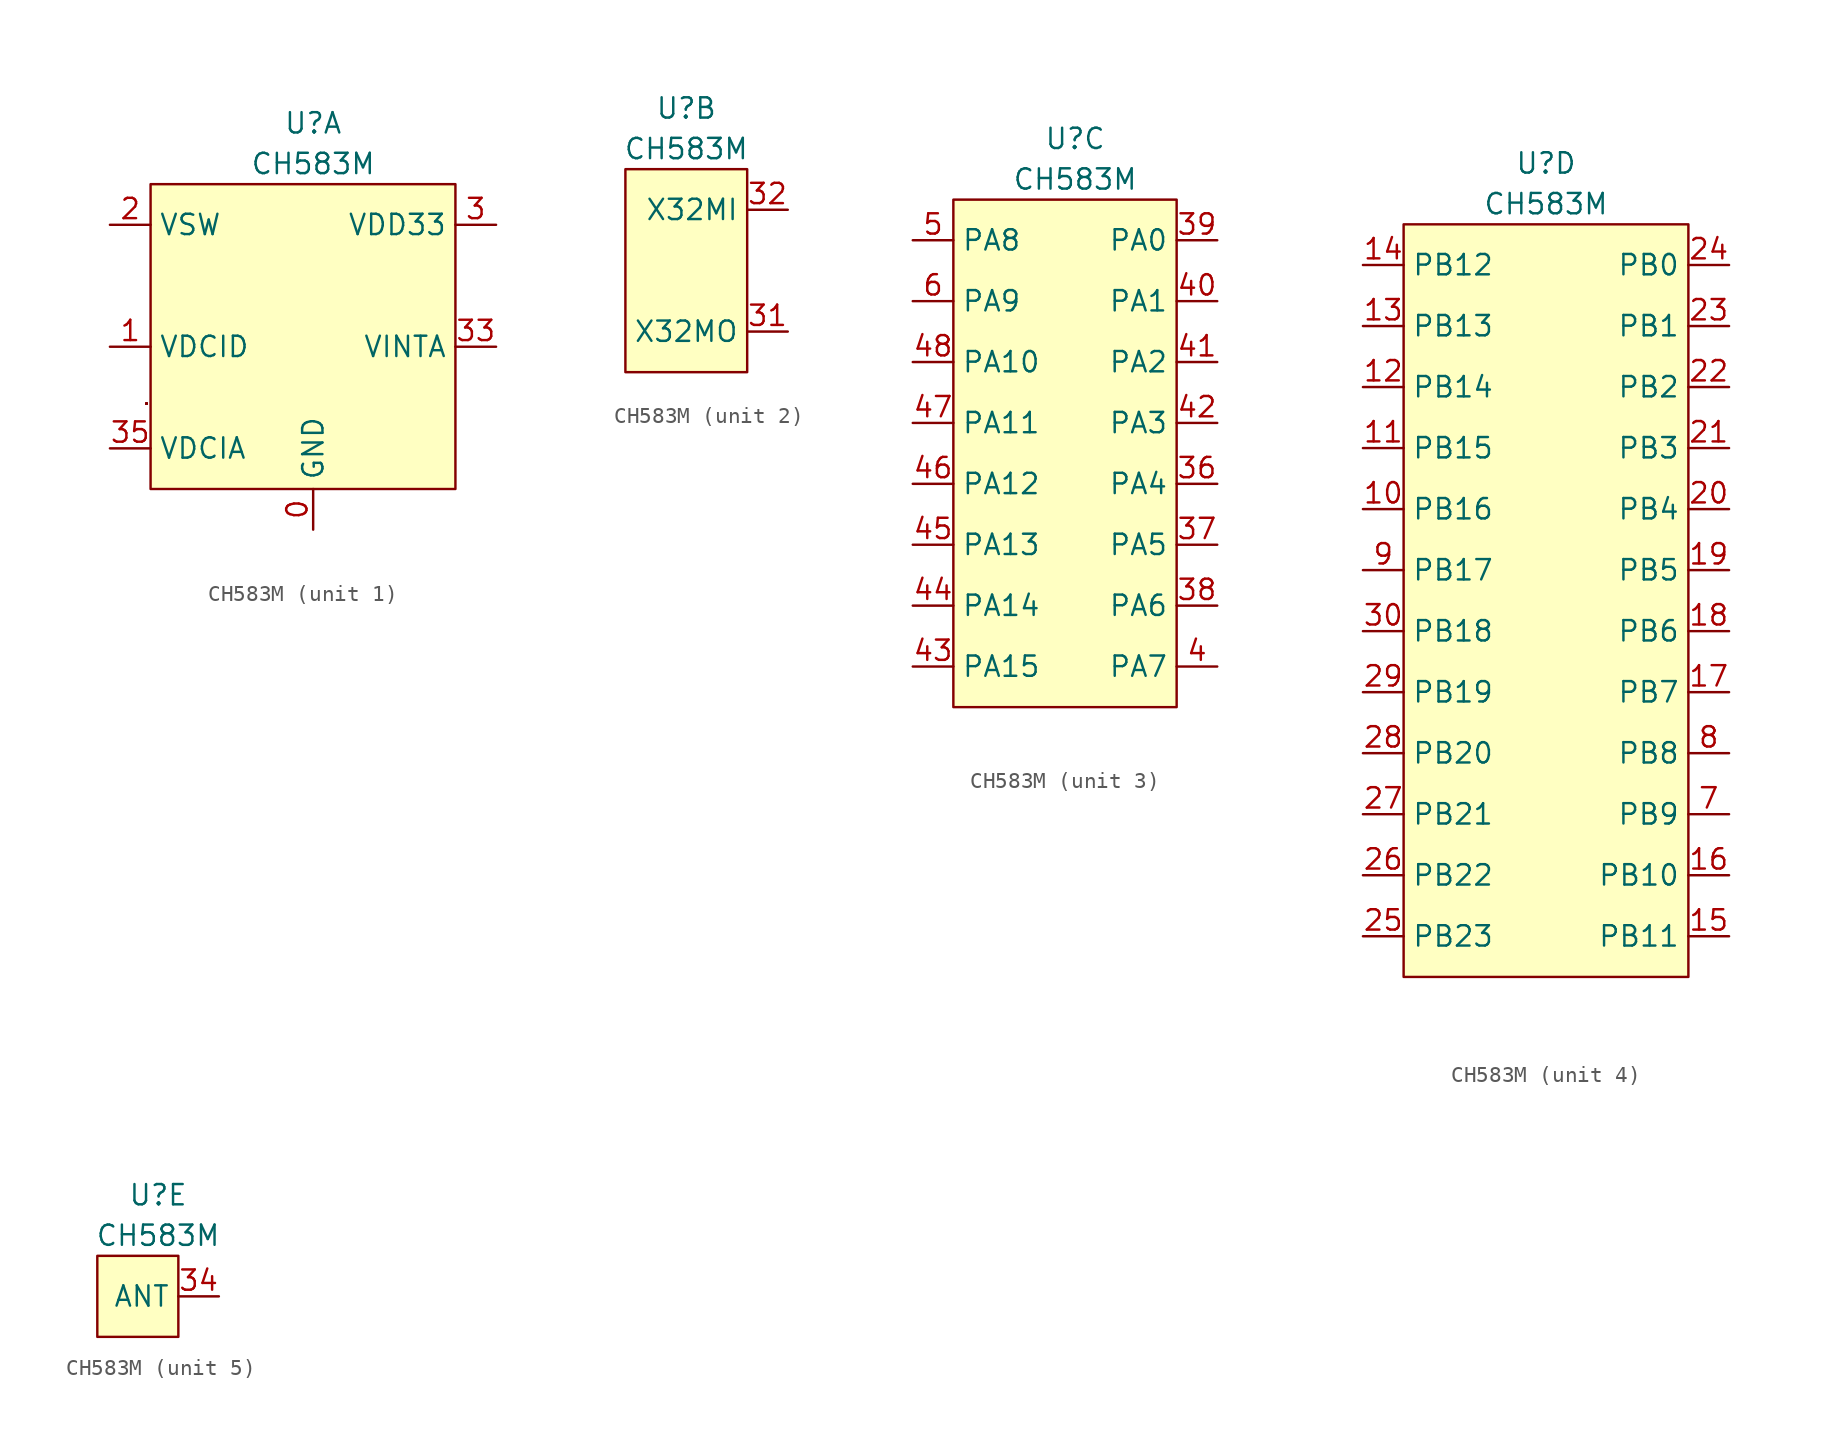
<source format=kicad_sym>
(kicad_symbol_lib
  (version 20211014)
  (generator kicad_symbol_editor)
  (symbol "CH583M"
    (property "Reference" "U"
      (at 0 3.81 0)
      (effects (font (size 1.27 1.27))))
    (property "Value" "CH583M"
      (at 0 1.27 0)
      (effects (font (size 1.27 1.27))))
    (property "ki_locked" ""
      (at 0 0 0)
      (effects (font (size 1.27 1.27))))
    (symbol "CH583M_1_1"
      (rectangle (start -10.414 -13.716) (end -10.414 -13.716) (stroke (width 0) (type default) (color 0 0 0 0)) (fill (type none)))
      (rectangle (start -10.414 -13.716) (end -10.414 -13.716) (stroke (width 0) (type default) (color 0 0 0 0)) (fill (type none)))
      (rectangle (start -10.414 -13.716) (end -10.414 -13.716) (stroke (width 0) (type default) (color 0 0 0 0)) (fill (type none)))
      (rectangle (start -10.414 -13.716) (end -10.414 -13.716) (stroke (width 0) (type default) (color 0 0 0 0)) (fill (type none)))
      (rectangle (start -10.414 -13.716) (end -10.414 -13.716) (stroke (width 0) (type default) (color 0 0 0 0)) (fill (type none)))
      (rectangle (start -10.414 -13.716) (end -10.414 -13.716) (stroke (width 0) (type default) (color 0 0 0 0)) (fill (type none)))
      (rectangle (start -10.414 -13.716) (end -10.414 -13.716) (stroke (width 0) (type default) (color 0 0 0 0)) (fill (type none)))
      (rectangle (start -10.414 -13.716) (end -10.414 -13.716) (stroke (width 0) (type default) (color 0 0 0 0)) (fill (type none)))
      (rectangle (start -10.414 -13.716) (end -10.414 -13.716) (stroke (width 0) (type default) (color 0 0 0 0)) (fill (type none)))
      (rectangle (start -10.414 -13.716) (end -10.414 -13.716) (stroke (width 0) (type default) (color 0 0 0 0)) (fill (type none)))
      (rectangle (start -10.414 -13.716) (end -10.414 -13.716) (stroke (width 0) (type default) (color 0 0 0 0)) (fill (type none)))
      (rectangle (start -10.414 -13.716) (end -10.414 -13.716) (stroke (width 0) (type default) (color 0 0 0 0)) (fill (type none)))
      (rectangle (start -10.414 -13.716) (end -10.414 -13.716) (stroke (width 0) (type default) (color 0 0 0 0)) (fill (type none)))
      (rectangle (start -10.414 -13.716) (end -10.414 -13.716) (stroke (width 0) (type default) (color 0 0 0 0)) (fill (type none)))
      (rectangle (start -10.414 -13.716) (end -10.414 -13.716) (stroke (width 0) (type default) (color 0 0 0 0)) (fill (type none)))
      (rectangle (start -10.414 -13.716) (end -10.414 -13.716) (stroke (width 0) (type default) (color 0 0 0 0)) (fill (type none)))
      (rectangle (start -10.414 -13.716) (end -10.414 -13.716) (stroke (width 0) (type default) (color 0 0 0 0)) (fill (type none)))
      (arc (start -10.414 -13.716) (mid -10.414 -13.716) (end -10.414 -13.716) (stroke (width 0) (type default) (color 0 0 0 0)) (fill (type none)))
      (arc (start -10.414 -13.716) (mid -10.414 -13.716) (end -10.414 -13.716) (stroke (width 0) (type default) (color 0 0 0 0)) (fill (type none)))
      (rectangle (start -10.16 0) (end 8.89 -19.05) (stroke (width 0) (type default) (color 0 0 0 0)) (fill (type background)))
      (pin power_in line (at 0 -21.59 90) (length 2.54) (name "GND" (effects (font (size 1.27 1.27)))) (number "0" (effects (font (size 1.27 1.27)))))
      (pin power_in line (at -12.7 -10.16 0) (length 2.54) (name "VDCID" (effects (font (size 1.27 1.27)))) (number "1" (effects (font (size 1.27 1.27)))))
      (pin power_out line (at -12.7 -2.54 0) (length 2.54) (name "VSW" (effects (font (size 1.27 1.27)))) (number "2" (effects (font (size 1.27 1.27)))))
      (pin power_in line (at 11.43 -2.54 180) (length 2.54) (name "VDD33" (effects (font (size 1.27 1.27)))) (number "3" (effects (font (size 1.27 1.27)))) (alternate "VBAT" input line) (alternate "VIO33" input line))
      (pin power_in line (at 11.43 -10.16 180) (length 2.54) (name "VINTA" (effects (font (size 1.27 1.27)))) (number "33" (effects (font (size 1.27 1.27)))))
      (pin power_in line (at -12.7 -16.51 0) (length 2.54) (name "VDCIA" (effects (font (size 1.27 1.27)))) (number "35" (effects (font (size 1.27 1.27))))))
    (symbol "CH583M_2_1"
      (rectangle (start -3.81 0) (end 3.81 -12.7) (stroke (width 0) (type default) (color 0 0 0 0)) (fill (type background)))
      (pin output line (at 6.35 -10.16 180) (length 2.54) (name "X32MO" (effects (font (size 1.27 1.27)))) (number "31" (effects (font (size 1.27 1.27)))))
      (pin input line (at 6.35 -2.54 180) (length 2.54) (name "X32MI" (effects (font (size 1.27 1.27)))) (number "32" (effects (font (size 1.27 1.27))))))
    (symbol "CH583M_3_1"
      (rectangle (start 6.35 0) (end -7.62 -31.75) (stroke (width 0) (type default) (color 0 0 0 0)) (fill (type background)))
      (pin bidirectional line (at 8.89 -17.78 180) (length 2.54) (name "PA4" (effects (font (size 1.27 1.27)))) (number "36" (effects (font (size 1.27 1.27)))) (alternate "AIN0" input line) (alternate "RXD3" input line))
      (pin bidirectional line (at 8.89 -21.59 180) (length 2.54) (name "PA5" (effects (font (size 1.27 1.27)))) (number "37" (effects (font (size 1.27 1.27)))) (alternate "AIN1" output line) (alternate "TXD3" output line))
      (pin bidirectional line (at 8.89 -25.4 180) (length 2.54) (name "PA6" (effects (font (size 1.27 1.27)))) (number "38" (effects (font (size 1.27 1.27)))) (alternate "AIN10" input line) (alternate "PWM4" output line) (alternate "RXD2" input line))
      (pin bidirectional line (at 8.89 -2.54 180) (length 2.54) (name "PA0" (effects (font (size 1.27 1.27)))) (number "39" (effects (font (size 1.27 1.27)))) (alternate "AIN9" input line) (alternate "SCK1" output clock))
      (pin bidirectional line (at 8.89 -29.21 180) (length 2.54) (name "PA7" (effects (font (size 1.27 1.27)))) (number "4" (effects (font (size 1.27 1.27)))) (alternate "AIN11" input line) (alternate "PWM5" output line) (alternate "TXD2" output line))
      (pin bidirectional line (at 8.89 -6.35 180) (length 2.54) (name "PA1" (effects (font (size 1.27 1.27)))) (number "40" (effects (font (size 1.27 1.27)))) (alternate "AIN8" input line) (alternate "SDO1" output line))
      (pin bidirectional line (at 8.89 -10.16 180) (length 2.54) (name "PA2" (effects (font (size 1.27 1.27)))) (number "41" (effects (font (size 1.27 1.27)))) (alternate "AIN7" input line) (alternate "SDI1" input line) (alternate "TMR3" bidirectional line))
      (pin bidirectional line (at 8.89 -13.97 180) (length 2.54) (name "PA3" (effects (font (size 1.27 1.27)))) (number "42" (effects (font (size 1.27 1.27)))) (alternate "AIN6" input line))
      (pin bidirectional line (at -10.16 -29.21 0) (length 2.54) (name "PA15" (effects (font (size 1.27 1.27)))) (number "43" (effects (font (size 1.27 1.27)))) (alternate "AIN5" input line) (alternate "CSDI0" bidirectional line) (alternate "PSDO0" output line))
      (pin bidirectional line (at -10.16 -25.4 0) (length 2.54) (name "PA14" (effects (font (size 1.27 1.27)))) (number "44" (effects (font (size 1.27 1.27)))) (alternate "AIN4" input line) (alternate "CSDO0" output line) (alternate "PSDI0" input line))
      (pin bidirectional line (at -10.16 -21.59 0) (length 2.54) (name "PA13" (effects (font (size 1.27 1.27)))) (number "45" (effects (font (size 1.27 1.27)))) (alternate "AIN4" input line) (alternate "PWM5" output line) (alternate "SCK0" bidirectional clock))
      (pin bidirectional line (at -10.16 -17.78 0) (length 2.54) (name "PA12" (effects (font (size 1.27 1.27)))) (number "46" (effects (font (size 1.27 1.27)))) (alternate "AIN2" input line) (alternate "CSN0" input line) (alternate "PWM4" output line))
      (pin bidirectional line (at -10.16 -13.97 0) (length 2.54) (name "PA11" (effects (font (size 1.27 1.27)))) (number "47" (effects (font (size 1.27 1.27)))) (alternate "TMR2" bidirectional line) (alternate "X32KO" output inverted_clock))
      (pin bidirectional line (at -10.16 -10.16 0) (length 2.54) (name "PA10" (effects (font (size 1.27 1.27)))) (number "48" (effects (font (size 1.27 1.27)))) (alternate "TMR1" bidirectional line) (alternate "X32KI" input inverted_clock))
      (pin bidirectional line (at -10.16 -2.54 0) (length 2.54) (name "PA8" (effects (font (size 1.27 1.27)))) (number "5" (effects (font (size 1.27 1.27)))) (alternate "AIN12" input line) (alternate "RXD1" input line))
      (pin bidirectional line (at -10.16 -6.35 0) (length 2.54) (name "PA9" (effects (font (size 1.27 1.27)))) (number "6" (effects (font (size 1.27 1.27)))) (alternate "AIN13" input line) (alternate "TMR0" bidirectional line) (alternate "TXD1" output line)))
    (symbol "CH583M_4_1"
      (rectangle (start -8.89 0) (end 8.89 -46.99) (stroke (width 0) (type default) (color 0 0 0 0)) (fill (type background)))
      (pin bidirectional line (at -11.43 -17.78 0) (length 2.54) (name "PB16" (effects (font (size 1.27 1.27)))) (number "10" (effects (font (size 1.27 1.27)))))
      (pin bidirectional line (at -11.43 -13.97 0) (length 2.54) (name "PB15" (effects (font (size 1.27 1.27)))) (number "11" (effects (font (size 1.27 1.27)))) (alternate "CSDI0" input line) (alternate "DTR0" bidirectional line) (alternate "PSDO0" output line) (alternate "SWCLK" input line))
      (pin bidirectional line (at -11.43 -10.16 0) (length 2.54) (name "PB14" (effects (font (size 1.27 1.27)))) (number "12" (effects (font (size 1.27 1.27)))) (alternate "CSDO0" output line) (alternate "PSDI0" input line) (alternate "PWM10" output line) (alternate "SWDIO" bidirectional line))
      (pin bidirectional line (at -11.43 -6.35 0) (length 2.54) (name "PB13" (effects (font (size 1.27 1.27)))) (number "13" (effects (font (size 1.27 1.27)))) (alternate "SCK0" bidirectional clock) (alternate "SCL" bidirectional clock) (alternate "TXD1" output line) (alternate "U2D_P" bidirectional line))
      (pin bidirectional line (at -11.43 -2.54 0) (length 2.54) (name "PB12" (effects (font (size 1.27 1.27)))) (number "14" (effects (font (size 1.27 1.27)))) (alternate "CSN0" input line) (alternate "RXD1" input line) (alternate "SDA" bidirectional line) (alternate "U2D_N" bidirectional line))
      (pin bidirectional line (at 11.43 -44.45 180) (length 2.54) (name "PB11" (effects (font (size 1.27 1.27)))) (number "15" (effects (font (size 1.27 1.27)))) (alternate "TMR2" bidirectional line) (alternate "U1D_P" bidirectional line))
      (pin bidirectional line (at 11.43 -40.64 180) (length 2.54) (name "PB10" (effects (font (size 1.27 1.27)))) (number "16" (effects (font (size 1.27 1.27)))) (alternate "TMR1" bidirectional line) (alternate "U1D_N" bidirectional line))
      (pin bidirectional line (at 11.43 -29.21 180) (length 2.54) (name "PB7" (effects (font (size 1.27 1.27)))) (number "17" (effects (font (size 1.27 1.27)))) (alternate "PWM9" output line) (alternate "TXD0" input line))
      (pin bidirectional line (at 11.43 -25.4 180) (length 2.54) (name "PB6" (effects (font (size 1.27 1.27)))) (number "18" (effects (font (size 1.27 1.27)))) (alternate "PWM8" output line) (alternate "RTS0" bidirectional line))
      (pin bidirectional line (at 11.43 -21.59 180) (length 2.54) (name "PB5" (effects (font (size 1.27 1.27)))) (number "19" (effects (font (size 1.27 1.27)))) (alternate "DTR0" bidirectional line))
      (pin bidirectional line (at 11.43 -17.78 180) (length 2.54) (name "PB4" (effects (font (size 1.27 1.27)))) (number "20" (effects (font (size 1.27 1.27)))) (alternate "PWM7" output line) (alternate "RXD0" output line))
      (pin bidirectional line (at 11.43 -13.97 180) (length 2.54) (name "PB3" (effects (font (size 1.27 1.27)))) (number "21" (effects (font (size 1.27 1.27)))) (alternate "DCD0" bidirectional line) (alternate "PWM9" output line))
      (pin bidirectional line (at 11.43 -10.16 180) (length 2.54) (name "PB2" (effects (font (size 1.27 1.27)))) (number "22" (effects (font (size 1.27 1.27)))) (alternate "PWM8" output line) (alternate "RI0" bidirectional line))
      (pin bidirectional line (at 11.43 -6.35 180) (length 2.54) (name "PB1" (effects (font (size 1.27 1.27)))) (number "23" (effects (font (size 1.27 1.27)))) (alternate "PWM8" bidirectional line) (alternate "RI0" bidirectional line))
      (pin bidirectional line (at 11.43 -2.54 180) (length 2.54) (name "PB0" (effects (font (size 1.27 1.27)))) (number "24" (effects (font (size 1.27 1.27)))) (alternate "CTS0" bidirectional line) (alternate "PWM6" output line))
      (pin bidirectional line (at -11.43 -44.45 0) (length 2.54) (name "PB23" (effects (font (size 1.27 1.27)))) (number "25" (effects (font (size 1.27 1.27)))) (alternate "PWM11" output line) (alternate "RST_N" input inverted) (alternate "TMR0" bidirectional line) (alternate "TXD2" output line))
      (pin bidirectional line (at -11.43 -40.64 0) (length 2.54) (name "PB22" (effects (font (size 1.27 1.27)))) (number "26" (effects (font (size 1.27 1.27)))) (alternate "RXD2" input line) (alternate "TMR3" bidirectional line))
      (pin bidirectional line (at -11.43 -36.83 0) (length 2.54) (name "PB21" (effects (font (size 1.27 1.27)))) (number "27" (effects (font (size 1.27 1.27)))) (alternate "SCL" bidirectional line) (alternate "TXD3" bidirectional line))
      (pin bidirectional line (at -11.43 -33.02 0) (length 2.54) (name "PB20" (effects (font (size 1.27 1.27)))) (number "28" (effects (font (size 1.27 1.27)))) (alternate "RXD3" input line) (alternate "SDA" bidirectional line))
      (pin bidirectional line (at -11.43 -29.21 0) (length 2.54) (name "PB19" (effects (font (size 1.27 1.27)))) (number "29" (effects (font (size 1.27 1.27)))))
      (pin bidirectional line (at -11.43 -25.4 0) (length 2.54) (name "PB18" (effects (font (size 1.27 1.27)))) (number "30" (effects (font (size 1.27 1.27)))))
      (pin bidirectional line (at 11.43 -36.83 180) (length 2.54) (name "PB9" (effects (font (size 1.27 1.27)))) (number "7" (effects (font (size 1.27 1.27)))))
      (pin bidirectional line (at 11.43 -33.02 180) (length 2.54) (name "PB8" (effects (font (size 1.27 1.27)))) (number "8" (effects (font (size 1.27 1.27)))))
      (pin bidirectional line (at -11.43 -21.59 0) (length 2.54) (name "PB17" (effects (font (size 1.27 1.27)))) (number "9" (effects (font (size 1.27 1.27))))))
    (symbol "CH583M_5_1"
      (rectangle (start 1.27 0) (end -3.81 -5.08) (stroke (width 0) (type default) (color 0 0 0 0)) (fill (type background)))
      (pin output line (at 3.81 -2.54 180) (length 2.54) (name "ANT" (effects (font (size 1.27 1.27)))) (number "34" (effects (font (size 1.27 1.27))))))))
</source>
